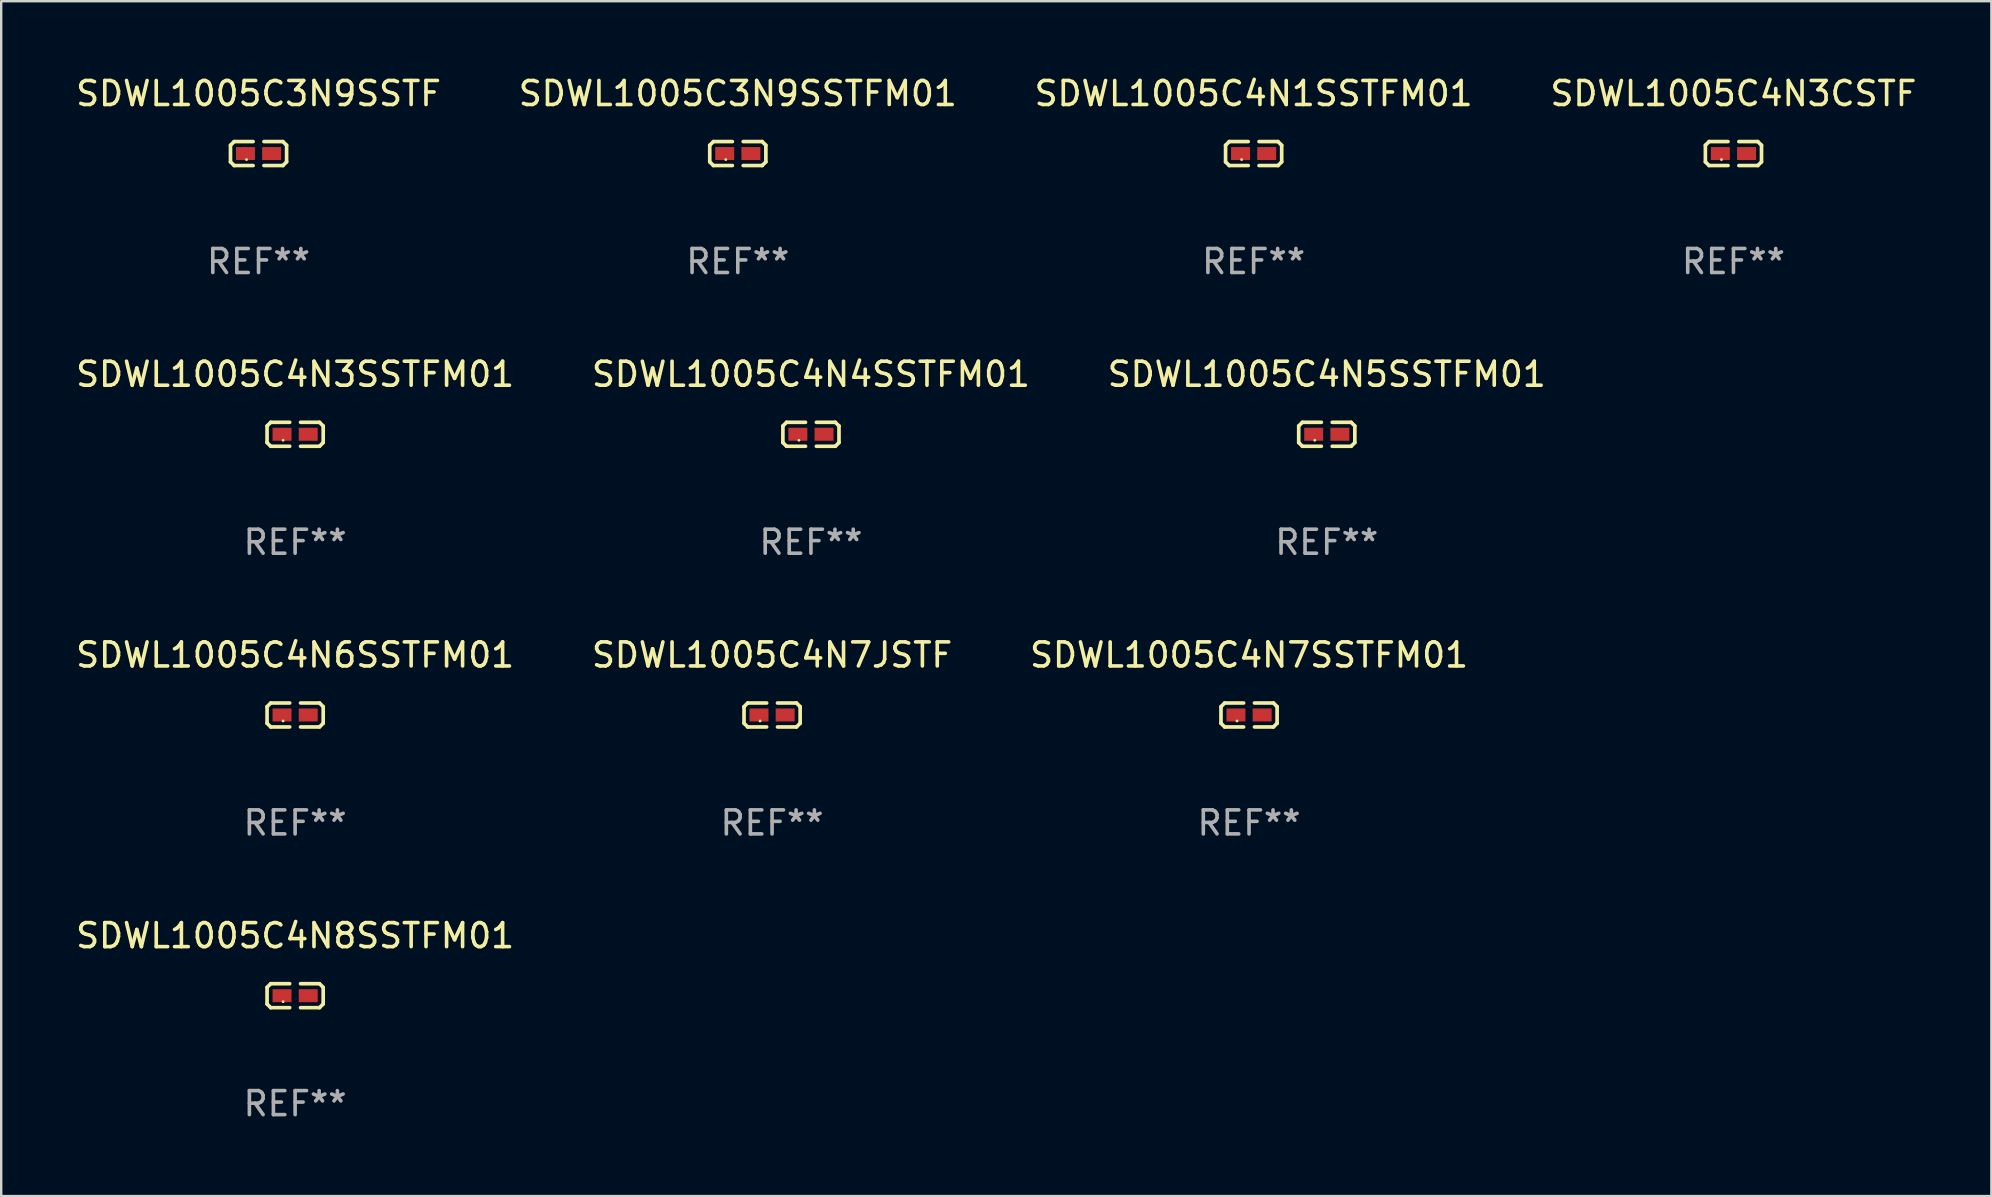
<source format=kicad_pcb>
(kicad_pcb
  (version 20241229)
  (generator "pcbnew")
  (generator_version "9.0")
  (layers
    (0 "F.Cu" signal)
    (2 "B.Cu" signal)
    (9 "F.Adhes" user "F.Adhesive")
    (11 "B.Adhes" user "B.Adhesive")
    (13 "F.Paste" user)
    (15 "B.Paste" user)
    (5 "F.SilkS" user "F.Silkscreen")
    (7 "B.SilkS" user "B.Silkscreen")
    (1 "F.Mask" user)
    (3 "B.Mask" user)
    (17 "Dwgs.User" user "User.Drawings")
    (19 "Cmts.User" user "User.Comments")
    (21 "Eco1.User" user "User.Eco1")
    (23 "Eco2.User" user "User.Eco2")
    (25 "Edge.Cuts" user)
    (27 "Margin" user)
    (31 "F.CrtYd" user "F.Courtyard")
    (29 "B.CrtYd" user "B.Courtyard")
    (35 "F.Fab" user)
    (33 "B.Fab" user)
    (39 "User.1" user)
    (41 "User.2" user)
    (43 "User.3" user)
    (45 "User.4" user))
  (footprint "SDWL1005C4N6SSTFM01"
    (layer "F.Cu")
    (at 9.244 26.734)
    (property "Reference" "SDWL1005C4N6SSTFM01" (at 0 -2.499 0) (layer "F.SilkS") (effects (font (size 1 1) (thickness 0.15))))
    (attr through_hole)
    (fp_line (start -1.169 -0.346) (end -1.016 -0.499) (stroke (width 0.152) (type solid)) (layer "F.SilkS"))
    (fp_line (start -1.169 0.346) (end -1.169 -0.346) (stroke (width 0.152) (type solid)) (layer "F.SilkS"))
    (fp_line (start -1.016 -0.499) (end -0.226 -0.499) (stroke (width 0.152) (type solid)) (layer "F.SilkS"))
    (fp_line (start -1.016 0.499) (end -1.169 0.346) (stroke (width 0.152) (type solid)) (layer "F.SilkS"))
    (fp_line (start -0.226 0.499) (end -1.016 0.499) (stroke (width 0.152) (type solid)) (layer "F.SilkS"))
    (fp_line (start 0.226 0.499) (end 1.016 0.499) (stroke (width 0.152) (type solid)) (layer "F.SilkS"))
    (fp_line (start 1.016 -0.499) (end 0.226 -0.499) (stroke (width 0.152) (type solid)) (layer "F.SilkS"))
    (fp_line (start 1.016 0.499) (end 1.169 0.346) (stroke (width 0.152) (type solid)) (layer "F.SilkS"))
    (fp_line (start 1.169 -0.346) (end 1.016 -0.499) (stroke (width 0.152) (type solid)) (layer "F.SilkS"))
    (fp_line (start 1.169 0.346) (end 1.169 -0.346) (stroke (width 0.152) (type solid)) (layer "F.SilkS"))
    (fp_circle (center -0.5 0.25) (end -0.47 0.25) (stroke (width 0.06) (type solid)) (fill no) (layer "F.SilkS"))
    (fp_text user "REF**" (at 0 4.499 0) (layer "F.Fab") (effects (font (size 1 1) (thickness 0.15))))
    (pad "1" smd rect (at -0.545 0) (size 0.79 0.54) (layers "F.Cu" "F.Mask" "F.Paste"))
    (pad "2" smd rect (at 0.545 0) (size 0.79 0.54) (layers "F.Cu" "F.Mask" "F.Paste")))
  (footprint "SDWL1005C3N9SSTFM01"
    (layer "F.Cu")
    (at 27.685 3.347)
    (property "Reference" "SDWL1005C3N9SSTFM01" (at 0 -2.499 0) (layer "F.SilkS") (effects (font (size 1 1) (thickness 0.15))))
    (attr through_hole)
    (fp_line (start -1.169 -0.346) (end -1.016 -0.499) (stroke (width 0.152) (type solid)) (layer "F.SilkS"))
    (fp_line (start -1.169 0.346) (end -1.169 -0.346) (stroke (width 0.152) (type solid)) (layer "F.SilkS"))
    (fp_line (start -1.016 -0.499) (end -0.226 -0.499) (stroke (width 0.152) (type solid)) (layer "F.SilkS"))
    (fp_line (start -1.016 0.499) (end -1.169 0.346) (stroke (width 0.152) (type solid)) (layer "F.SilkS"))
    (fp_line (start -0.226 0.499) (end -1.016 0.499) (stroke (width 0.152) (type solid)) (layer "F.SilkS"))
    (fp_line (start 0.226 0.499) (end 1.016 0.499) (stroke (width 0.152) (type solid)) (layer "F.SilkS"))
    (fp_line (start 1.016 -0.499) (end 0.226 -0.499) (stroke (width 0.152) (type solid)) (layer "F.SilkS"))
    (fp_line (start 1.016 0.499) (end 1.169 0.346) (stroke (width 0.152) (type solid)) (layer "F.SilkS"))
    (fp_line (start 1.169 -0.346) (end 1.016 -0.499) (stroke (width 0.152) (type solid)) (layer "F.SilkS"))
    (fp_line (start 1.169 0.346) (end 1.169 -0.346) (stroke (width 0.152) (type solid)) (layer "F.SilkS"))
    (fp_circle (center -0.5 0.25) (end -0.47 0.25) (stroke (width 0.06) (type solid)) (fill no) (layer "F.SilkS"))
    (fp_text user "REF**" (at 0 4.499 0) (layer "F.Fab") (effects (font (size 1 1) (thickness 0.15))))
    (pad "1" smd rect (at -0.545 0) (size 0.79 0.54) (layers "F.Cu" "F.Mask" "F.Paste"))
    (pad "2" smd rect (at 0.545 0) (size 0.79 0.54) (layers "F.Cu" "F.Mask" "F.Paste")))
  (footprint "SDWL1005C4N5SSTFM01"
    (layer "F.Cu")
    (at 52.22 15.041)
    (property "Reference" "SDWL1005C4N5SSTFM01" (at 0 -2.499 0) (layer "F.SilkS") (effects (font (size 1 1) (thickness 0.15))))
    (attr through_hole)
    (fp_line (start -1.169 -0.346) (end -1.016 -0.499) (stroke (width 0.152) (type solid)) (layer "F.SilkS"))
    (fp_line (start -1.169 0.346) (end -1.169 -0.346) (stroke (width 0.152) (type solid)) (layer "F.SilkS"))
    (fp_line (start -1.016 -0.499) (end -0.226 -0.499) (stroke (width 0.152) (type solid)) (layer "F.SilkS"))
    (fp_line (start -1.016 0.499) (end -1.169 0.346) (stroke (width 0.152) (type solid)) (layer "F.SilkS"))
    (fp_line (start -0.226 0.499) (end -1.016 0.499) (stroke (width 0.152) (type solid)) (layer "F.SilkS"))
    (fp_line (start 0.226 0.499) (end 1.016 0.499) (stroke (width 0.152) (type solid)) (layer "F.SilkS"))
    (fp_line (start 1.016 -0.499) (end 0.226 -0.499) (stroke (width 0.152) (type solid)) (layer "F.SilkS"))
    (fp_line (start 1.016 0.499) (end 1.169 0.346) (stroke (width 0.152) (type solid)) (layer "F.SilkS"))
    (fp_line (start 1.169 -0.346) (end 1.016 -0.499) (stroke (width 0.152) (type solid)) (layer "F.SilkS"))
    (fp_line (start 1.169 0.346) (end 1.169 -0.346) (stroke (width 0.152) (type solid)) (layer "F.SilkS"))
    (fp_circle (center -0.5 0.25) (end -0.47 0.25) (stroke (width 0.06) (type solid)) (fill no) (layer "F.SilkS"))
    (fp_text user "REF**" (at 0 4.499 0) (layer "F.Fab") (effects (font (size 1 1) (thickness 0.15))))
    (pad "1" smd rect (at -0.545 0) (size 0.79 0.54) (layers "F.Cu" "F.Mask" "F.Paste"))
    (pad "2" smd rect (at 0.545 0) (size 0.79 0.54) (layers "F.Cu" "F.Mask" "F.Paste")))
  (footprint "SDWL1005C4N3CSTF"
    (layer "F.Cu")
    (at 69.161 3.347)
    (property "Reference" "SDWL1005C4N3CSTF" (at 0 -2.499 0) (layer "F.SilkS") (effects (font (size 1 1) (thickness 0.15))))
    (attr through_hole)
    (fp_line (start -1.169 -0.346) (end -1.016 -0.499) (stroke (width 0.152) (type solid)) (layer "F.SilkS"))
    (fp_line (start -1.169 0.346) (end -1.169 -0.346) (stroke (width 0.152) (type solid)) (layer "F.SilkS"))
    (fp_line (start -1.016 -0.499) (end -0.226 -0.499) (stroke (width 0.152) (type solid)) (layer "F.SilkS"))
    (fp_line (start -1.016 0.499) (end -1.169 0.346) (stroke (width 0.152) (type solid)) (layer "F.SilkS"))
    (fp_line (start -0.226 0.499) (end -1.016 0.499) (stroke (width 0.152) (type solid)) (layer "F.SilkS"))
    (fp_line (start 0.226 0.499) (end 1.016 0.499) (stroke (width 0.152) (type solid)) (layer "F.SilkS"))
    (fp_line (start 1.016 -0.499) (end 0.226 -0.499) (stroke (width 0.152) (type solid)) (layer "F.SilkS"))
    (fp_line (start 1.016 0.499) (end 1.169 0.346) (stroke (width 0.152) (type solid)) (layer "F.SilkS"))
    (fp_line (start 1.169 -0.346) (end 1.016 -0.499) (stroke (width 0.152) (type solid)) (layer "F.SilkS"))
    (fp_line (start 1.169 0.346) (end 1.169 -0.346) (stroke (width 0.152) (type solid)) (layer "F.SilkS"))
    (fp_circle (center -0.5 0.25) (end -0.47 0.25) (stroke (width 0.06) (type solid)) (fill no) (layer "F.SilkS"))
    (fp_text user "REF**" (at 0 4.499 0) (layer "F.Fab") (effects (font (size 1 1) (thickness 0.15))))
    (pad "1" smd rect (at -0.545 0) (size 0.79 0.54) (layers "F.Cu" "F.Mask" "F.Paste"))
    (pad "2" smd rect (at 0.545 0) (size 0.79 0.54) (layers "F.Cu" "F.Mask" "F.Paste")))
  (footprint "SDWL1005C4N8SSTFM01"
    (layer "F.Cu")
    (at 9.244 38.428)
    (property "Reference" "SDWL1005C4N8SSTFM01" (at 0 -2.499 0) (layer "F.SilkS") (effects (font (size 1 1) (thickness 0.15))))
    (attr through_hole)
    (fp_line (start -1.169 -0.346) (end -1.016 -0.499) (stroke (width 0.152) (type solid)) (layer "F.SilkS"))
    (fp_line (start -1.169 0.346) (end -1.169 -0.346) (stroke (width 0.152) (type solid)) (layer "F.SilkS"))
    (fp_line (start -1.016 -0.499) (end -0.226 -0.499) (stroke (width 0.152) (type solid)) (layer "F.SilkS"))
    (fp_line (start -1.016 0.499) (end -1.169 0.346) (stroke (width 0.152) (type solid)) (layer "F.SilkS"))
    (fp_line (start -0.226 0.499) (end -1.016 0.499) (stroke (width 0.152) (type solid)) (layer "F.SilkS"))
    (fp_line (start 0.226 0.499) (end 1.016 0.499) (stroke (width 0.152) (type solid)) (layer "F.SilkS"))
    (fp_line (start 1.016 -0.499) (end 0.226 -0.499) (stroke (width 0.152) (type solid)) (layer "F.SilkS"))
    (fp_line (start 1.016 0.499) (end 1.169 0.346) (stroke (width 0.152) (type solid)) (layer "F.SilkS"))
    (fp_line (start 1.169 -0.346) (end 1.016 -0.499) (stroke (width 0.152) (type solid)) (layer "F.SilkS"))
    (fp_line (start 1.169 0.346) (end 1.169 -0.346) (stroke (width 0.152) (type solid)) (layer "F.SilkS"))
    (fp_circle (center -0.5 0.25) (end -0.47 0.25) (stroke (width 0.06) (type solid)) (fill no) (layer "F.SilkS"))
    (fp_text user "REF**" (at 0 4.499 0) (layer "F.Fab") (effects (font (size 1 1) (thickness 0.15))))
    (pad "1" smd rect (at -0.545 0) (size 0.79 0.54) (layers "F.Cu" "F.Mask" "F.Paste"))
    (pad "2" smd rect (at 0.545 0) (size 0.79 0.54) (layers "F.Cu" "F.Mask" "F.Paste")))
  (footprint "SDWL1005C4N7SSTFM01"
    (layer "F.Cu")
    (at 48.982 26.734)
    (property "Reference" "SDWL1005C4N7SSTFM01" (at 0 -2.499 0) (layer "F.SilkS") (effects (font (size 1 1) (thickness 0.15))))
    (attr through_hole)
    (fp_line (start -1.169 -0.346) (end -1.016 -0.499) (stroke (width 0.152) (type solid)) (layer "F.SilkS"))
    (fp_line (start -1.169 0.346) (end -1.169 -0.346) (stroke (width 0.152) (type solid)) (layer "F.SilkS"))
    (fp_line (start -1.016 -0.499) (end -0.226 -0.499) (stroke (width 0.152) (type solid)) (layer "F.SilkS"))
    (fp_line (start -1.016 0.499) (end -1.169 0.346) (stroke (width 0.152) (type solid)) (layer "F.SilkS"))
    (fp_line (start -0.226 0.499) (end -1.016 0.499) (stroke (width 0.152) (type solid)) (layer "F.SilkS"))
    (fp_line (start 0.226 0.499) (end 1.016 0.499) (stroke (width 0.152) (type solid)) (layer "F.SilkS"))
    (fp_line (start 1.016 -0.499) (end 0.226 -0.499) (stroke (width 0.152) (type solid)) (layer "F.SilkS"))
    (fp_line (start 1.016 0.499) (end 1.169 0.346) (stroke (width 0.152) (type solid)) (layer "F.SilkS"))
    (fp_line (start 1.169 -0.346) (end 1.016 -0.499) (stroke (width 0.152) (type solid)) (layer "F.SilkS"))
    (fp_line (start 1.169 0.346) (end 1.169 -0.346) (stroke (width 0.152) (type solid)) (layer "F.SilkS"))
    (fp_circle (center -0.5 0.25) (end -0.47 0.25) (stroke (width 0.06) (type solid)) (fill no) (layer "F.SilkS"))
    (fp_text user "REF**" (at 0 4.499 0) (layer "F.Fab") (effects (font (size 1 1) (thickness 0.15))))
    (pad "1" smd rect (at -0.545 0) (size 0.79 0.54) (layers "F.Cu" "F.Mask" "F.Paste"))
    (pad "2" smd rect (at 0.545 0) (size 0.79 0.54) (layers "F.Cu" "F.Mask" "F.Paste")))
  (footprint "SDWL1005C4N7JSTF"
    (layer "F.Cu")
    (at 29.113 26.734)
    (property "Reference" "SDWL1005C4N7JSTF" (at 0 -2.499 0) (layer "F.SilkS") (effects (font (size 1 1) (thickness 0.15))))
    (attr through_hole)
    (fp_line (start -1.169 -0.346) (end -1.016 -0.499) (stroke (width 0.152) (type solid)) (layer "F.SilkS"))
    (fp_line (start -1.169 0.346) (end -1.169 -0.346) (stroke (width 0.152) (type solid)) (layer "F.SilkS"))
    (fp_line (start -1.016 -0.499) (end -0.226 -0.499) (stroke (width 0.152) (type solid)) (layer "F.SilkS"))
    (fp_line (start -1.016 0.499) (end -1.169 0.346) (stroke (width 0.152) (type solid)) (layer "F.SilkS"))
    (fp_line (start -0.226 0.499) (end -1.016 0.499) (stroke (width 0.152) (type solid)) (layer "F.SilkS"))
    (fp_line (start 0.226 0.499) (end 1.016 0.499) (stroke (width 0.152) (type solid)) (layer "F.SilkS"))
    (fp_line (start 1.016 -0.499) (end 0.226 -0.499) (stroke (width 0.152) (type solid)) (layer "F.SilkS"))
    (fp_line (start 1.016 0.499) (end 1.169 0.346) (stroke (width 0.152) (type solid)) (layer "F.SilkS"))
    (fp_line (start 1.169 -0.346) (end 1.016 -0.499) (stroke (width 0.152) (type solid)) (layer "F.SilkS"))
    (fp_line (start 1.169 0.346) (end 1.169 -0.346) (stroke (width 0.152) (type solid)) (layer "F.SilkS"))
    (fp_circle (center -0.5 0.25) (end -0.47 0.25) (stroke (width 0.06) (type solid)) (fill no) (layer "F.SilkS"))
    (fp_text user "REF**" (at 0 4.499 0) (layer "F.Fab") (effects (font (size 1 1) (thickness 0.15))))
    (pad "1" smd rect (at -0.545 0) (size 0.79 0.54) (layers "F.Cu" "F.Mask" "F.Paste"))
    (pad "2" smd rect (at 0.545 0) (size 0.79 0.54) (layers "F.Cu" "F.Mask" "F.Paste")))
  (footprint "SDWL1005C3N9SSTF"
    (layer "F.Cu")
    (at 7.72 3.347)
    (property "Reference" "SDWL1005C3N9SSTF" (at 0 -2.499 0) (layer "F.SilkS") (effects (font (size 1 1) (thickness 0.15))))
    (attr through_hole)
    (fp_line (start -1.169 -0.346) (end -1.016 -0.499) (stroke (width 0.152) (type solid)) (layer "F.SilkS"))
    (fp_line (start -1.169 0.346) (end -1.169 -0.346) (stroke (width 0.152) (type solid)) (layer "F.SilkS"))
    (fp_line (start -1.016 -0.499) (end -0.226 -0.499) (stroke (width 0.152) (type solid)) (layer "F.SilkS"))
    (fp_line (start -1.016 0.499) (end -1.169 0.346) (stroke (width 0.152) (type solid)) (layer "F.SilkS"))
    (fp_line (start -0.226 0.499) (end -1.016 0.499) (stroke (width 0.152) (type solid)) (layer "F.SilkS"))
    (fp_line (start 0.226 0.499) (end 1.016 0.499) (stroke (width 0.152) (type solid)) (layer "F.SilkS"))
    (fp_line (start 1.016 -0.499) (end 0.226 -0.499) (stroke (width 0.152) (type solid)) (layer "F.SilkS"))
    (fp_line (start 1.016 0.499) (end 1.169 0.346) (stroke (width 0.152) (type solid)) (layer "F.SilkS"))
    (fp_line (start 1.169 -0.346) (end 1.016 -0.499) (stroke (width 0.152) (type solid)) (layer "F.SilkS"))
    (fp_line (start 1.169 0.346) (end 1.169 -0.346) (stroke (width 0.152) (type solid)) (layer "F.SilkS"))
    (fp_circle (center -0.5 0.25) (end -0.47 0.25) (stroke (width 0.06) (type solid)) (fill no) (layer "F.SilkS"))
    (fp_text user "REF**" (at 0 4.499 0) (layer "F.Fab") (effects (font (size 1 1) (thickness 0.15))))
    (pad "1" smd rect (at -0.545 0) (size 0.79 0.54) (layers "F.Cu" "F.Mask" "F.Paste"))
    (pad "2" smd rect (at 0.545 0) (size 0.79 0.54) (layers "F.Cu" "F.Mask" "F.Paste")))
  (footprint "SDWL1005C4N3SSTFM01"
    (layer "F.Cu")
    (at 9.244 15.041)
    (property "Reference" "SDWL1005C4N3SSTFM01" (at 0 -2.499 0) (layer "F.SilkS") (effects (font (size 1 1) (thickness 0.15))))
    (attr through_hole)
    (fp_line (start -1.169 -0.346) (end -1.016 -0.499) (stroke (width 0.152) (type solid)) (layer "F.SilkS"))
    (fp_line (start -1.169 0.346) (end -1.169 -0.346) (stroke (width 0.152) (type solid)) (layer "F.SilkS"))
    (fp_line (start -1.016 -0.499) (end -0.226 -0.499) (stroke (width 0.152) (type solid)) (layer "F.SilkS"))
    (fp_line (start -1.016 0.499) (end -1.169 0.346) (stroke (width 0.152) (type solid)) (layer "F.SilkS"))
    (fp_line (start -0.226 0.499) (end -1.016 0.499) (stroke (width 0.152) (type solid)) (layer "F.SilkS"))
    (fp_line (start 0.226 0.499) (end 1.016 0.499) (stroke (width 0.152) (type solid)) (layer "F.SilkS"))
    (fp_line (start 1.016 -0.499) (end 0.226 -0.499) (stroke (width 0.152) (type solid)) (layer "F.SilkS"))
    (fp_line (start 1.016 0.499) (end 1.169 0.346) (stroke (width 0.152) (type solid)) (layer "F.SilkS"))
    (fp_line (start 1.169 -0.346) (end 1.016 -0.499) (stroke (width 0.152) (type solid)) (layer "F.SilkS"))
    (fp_line (start 1.169 0.346) (end 1.169 -0.346) (stroke (width 0.152) (type solid)) (layer "F.SilkS"))
    (fp_circle (center -0.5 0.25) (end -0.47 0.25) (stroke (width 0.06) (type solid)) (fill no) (layer "F.SilkS"))
    (fp_text user "REF**" (at 0 4.499 0) (layer "F.Fab") (effects (font (size 1 1) (thickness 0.15))))
    (pad "1" smd rect (at -0.545 0) (size 0.79 0.54) (layers "F.Cu" "F.Mask" "F.Paste"))
    (pad "2" smd rect (at 0.545 0) (size 0.79 0.54) (layers "F.Cu" "F.Mask" "F.Paste")))
  (footprint "SDWL1005C4N1SSTFM01"
    (layer "F.Cu")
    (at 49.173 3.347)
    (property "Reference" "SDWL1005C4N1SSTFM01" (at 0 -2.499 0) (layer "F.SilkS") (effects (font (size 1 1) (thickness 0.15))))
    (attr through_hole)
    (fp_line (start -1.169 -0.346) (end -1.016 -0.499) (stroke (width 0.152) (type solid)) (layer "F.SilkS"))
    (fp_line (start -1.169 0.346) (end -1.169 -0.346) (stroke (width 0.152) (type solid)) (layer "F.SilkS"))
    (fp_line (start -1.016 -0.499) (end -0.226 -0.499) (stroke (width 0.152) (type solid)) (layer "F.SilkS"))
    (fp_line (start -1.016 0.499) (end -1.169 0.346) (stroke (width 0.152) (type solid)) (layer "F.SilkS"))
    (fp_line (start -0.226 0.499) (end -1.016 0.499) (stroke (width 0.152) (type solid)) (layer "F.SilkS"))
    (fp_line (start 0.226 0.499) (end 1.016 0.499) (stroke (width 0.152) (type solid)) (layer "F.SilkS"))
    (fp_line (start 1.016 -0.499) (end 0.226 -0.499) (stroke (width 0.152) (type solid)) (layer "F.SilkS"))
    (fp_line (start 1.016 0.499) (end 1.169 0.346) (stroke (width 0.152) (type solid)) (layer "F.SilkS"))
    (fp_line (start 1.169 -0.346) (end 1.016 -0.499) (stroke (width 0.152) (type solid)) (layer "F.SilkS"))
    (fp_line (start 1.169 0.346) (end 1.169 -0.346) (stroke (width 0.152) (type solid)) (layer "F.SilkS"))
    (fp_circle (center -0.5 0.25) (end -0.47 0.25) (stroke (width 0.06) (type solid)) (fill no) (layer "F.SilkS"))
    (fp_text user "REF**" (at 0 4.499 0) (layer "F.Fab") (effects (font (size 1 1) (thickness 0.15))))
    (pad "1" smd rect (at -0.545 0) (size 0.79 0.54) (layers "F.Cu" "F.Mask" "F.Paste"))
    (pad "2" smd rect (at 0.545 0) (size 0.79 0.54) (layers "F.Cu" "F.Mask" "F.Paste")))
  (footprint "SDWL1005C4N4SSTFM01"
    (layer "F.Cu")
    (at 30.732 15.041)
    (property "Reference" "SDWL1005C4N4SSTFM01" (at 0 -2.499 0) (layer "F.SilkS") (effects (font (size 1 1) (thickness 0.15))))
    (attr through_hole)
    (fp_line (start -1.169 -0.346) (end -1.016 -0.499) (stroke (width 0.152) (type solid)) (layer "F.SilkS"))
    (fp_line (start -1.169 0.346) (end -1.169 -0.346) (stroke (width 0.152) (type solid)) (layer "F.SilkS"))
    (fp_line (start -1.016 -0.499) (end -0.226 -0.499) (stroke (width 0.152) (type solid)) (layer "F.SilkS"))
    (fp_line (start -1.016 0.499) (end -1.169 0.346) (stroke (width 0.152) (type solid)) (layer "F.SilkS"))
    (fp_line (start -0.226 0.499) (end -1.016 0.499) (stroke (width 0.152) (type solid)) (layer "F.SilkS"))
    (fp_line (start 0.226 0.499) (end 1.016 0.499) (stroke (width 0.152) (type solid)) (layer "F.SilkS"))
    (fp_line (start 1.016 -0.499) (end 0.226 -0.499) (stroke (width 0.152) (type solid)) (layer "F.SilkS"))
    (fp_line (start 1.016 0.499) (end 1.169 0.346) (stroke (width 0.152) (type solid)) (layer "F.SilkS"))
    (fp_line (start 1.169 -0.346) (end 1.016 -0.499) (stroke (width 0.152) (type solid)) (layer "F.SilkS"))
    (fp_line (start 1.169 0.346) (end 1.169 -0.346) (stroke (width 0.152) (type solid)) (layer "F.SilkS"))
    (fp_circle (center -0.5 0.25) (end -0.47 0.25) (stroke (width 0.06) (type solid)) (fill no) (layer "F.SilkS"))
    (fp_text user "REF**" (at 0 4.499 0) (layer "F.Fab") (effects (font (size 1 1) (thickness 0.15))))
    (pad "1" smd rect (at -0.545 0) (size 0.79 0.54) (layers "F.Cu" "F.Mask" "F.Paste"))
    (pad "2" smd rect (at 0.545 0) (size 0.79 0.54) (layers "F.Cu" "F.Mask" "F.Paste")))
  (gr_rect
    (start -3 -3)
    (end 79.905 46.775)
    (stroke (width 0.1) (type default))
    (fill no)
    (layer "Edge.Cuts")))
</source>
